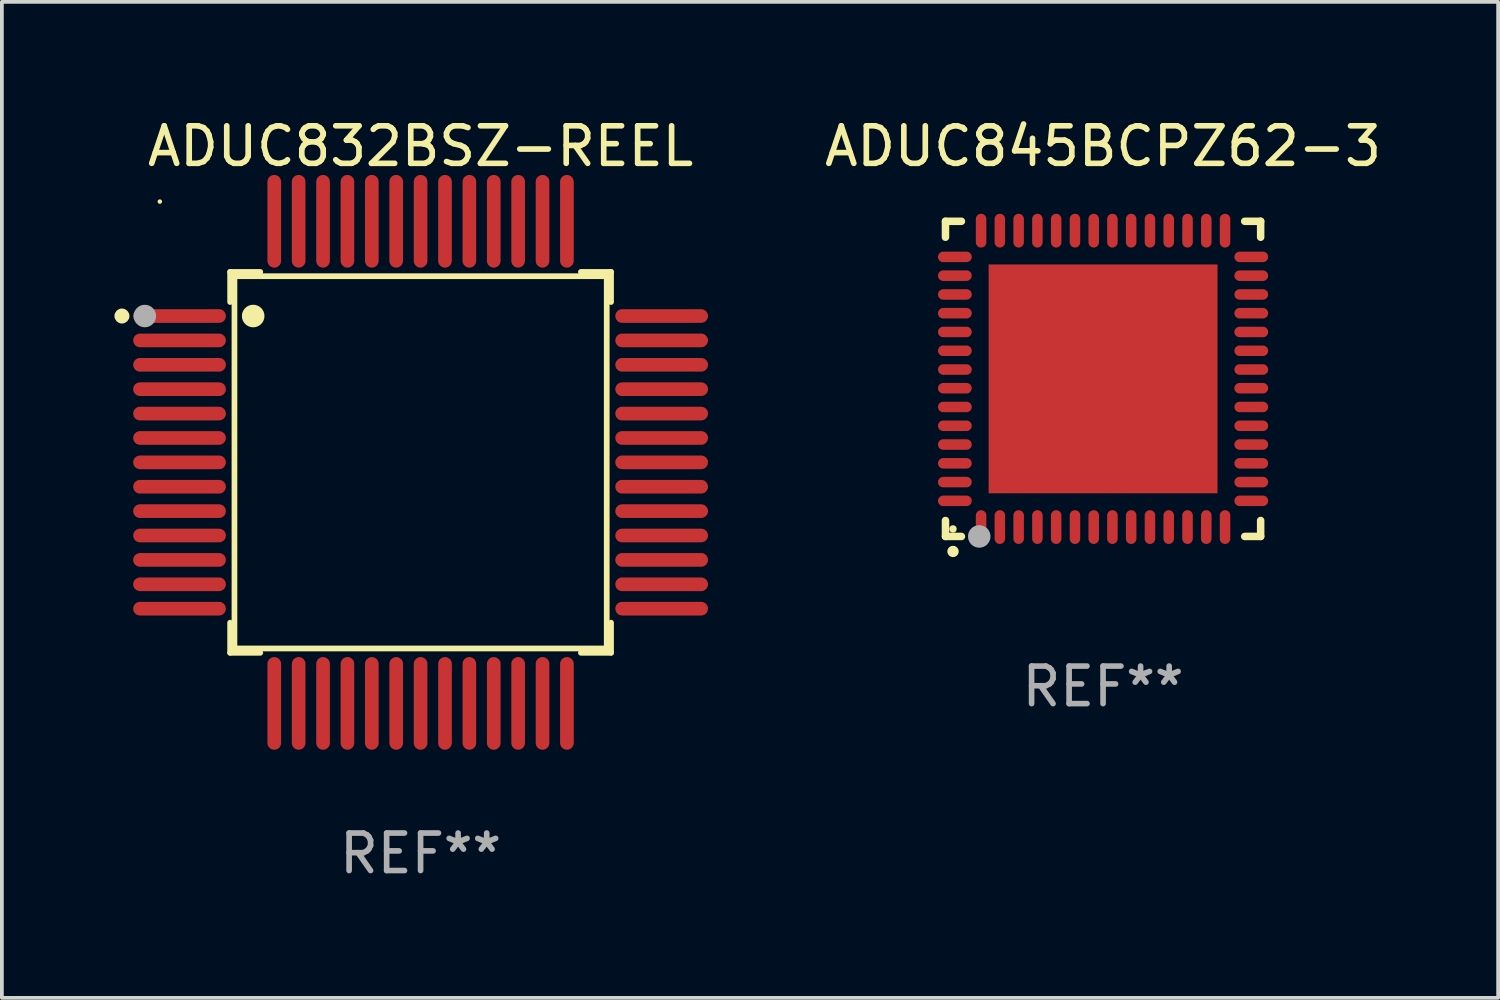
<source format=kicad_pcb>
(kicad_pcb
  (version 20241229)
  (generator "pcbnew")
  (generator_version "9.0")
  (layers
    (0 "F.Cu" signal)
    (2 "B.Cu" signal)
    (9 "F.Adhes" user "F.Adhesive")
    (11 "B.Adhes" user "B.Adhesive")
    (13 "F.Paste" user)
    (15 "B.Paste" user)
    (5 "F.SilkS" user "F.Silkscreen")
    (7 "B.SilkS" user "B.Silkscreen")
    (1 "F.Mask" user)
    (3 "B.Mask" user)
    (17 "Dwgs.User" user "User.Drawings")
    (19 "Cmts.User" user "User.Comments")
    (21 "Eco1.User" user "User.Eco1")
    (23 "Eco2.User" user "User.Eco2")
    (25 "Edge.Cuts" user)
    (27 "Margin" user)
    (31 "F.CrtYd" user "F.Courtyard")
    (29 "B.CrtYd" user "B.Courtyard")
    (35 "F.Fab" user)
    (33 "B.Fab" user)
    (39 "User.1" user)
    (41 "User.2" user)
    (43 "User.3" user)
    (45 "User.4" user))
  (footprint "ADUC832BSZ-REEL"
    (layer "F.Cu")
    (at 8.16 9.273)
    (property "Reference" "ADUC832BSZ-REEL" (at 0 -8.425 0) (layer "F.SilkS") (effects (font (size 1 1) (thickness 0.15))))
    (attr through_hole)
    (fp_line (start -5.076 -5.076) (end -5.076 -4.273) (stroke (width 0.152) (type solid)) (layer "F.SilkS"))
    (fp_line (start -5.076 5.076) (end -5.076 4.273) (stroke (width 0.152) (type solid)) (layer "F.SilkS"))
    (fp_line (start -4.961 -4.961) (end 4.961 -4.961) (stroke (width 0.152) (type solid)) (layer "F.SilkS"))
    (fp_line (start -4.961 4.961) (end -4.961 -4.961) (stroke (width 0.152) (type solid)) (layer "F.SilkS"))
    (fp_line (start -4.273 -5.076) (end -5.076 -5.076) (stroke (width 0.152) (type solid)) (layer "F.SilkS"))
    (fp_line (start -4.273 5.076) (end -5.076 5.076) (stroke (width 0.152) (type solid)) (layer "F.SilkS"))
    (fp_line (start 4.273 -5.076) (end 5.076 -5.076) (stroke (width 0.152) (type solid)) (layer "F.SilkS"))
    (fp_line (start 4.273 5.076) (end 5.076 5.076) (stroke (width 0.152) (type solid)) (layer "F.SilkS"))
    (fp_line (start 4.961 -4.961) (end 4.961 4.961) (stroke (width 0.152) (type solid)) (layer "F.SilkS"))
    (fp_line (start 4.961 4.961) (end -4.961 4.961) (stroke (width 0.152) (type solid)) (layer "F.SilkS"))
    (fp_line (start 5.076 -5.076) (end 5.076 -4.273) (stroke (width 0.152) (type solid)) (layer "F.SilkS"))
    (fp_line (start 5.076 5.076) (end 5.076 4.273) (stroke (width 0.152) (type solid)) (layer "F.SilkS"))
    (fp_circle (center -7.96 -3.9) (end -7.86 -3.9) (stroke (width 0.2) (type solid)) (fill no) (layer "F.SilkS"))
    (fp_circle (center -6.95 -6.95) (end -6.92 -6.95) (stroke (width 0.06) (type solid)) (fill no) (layer "F.SilkS"))
    (fp_circle (center -4.462 -3.9) (end -4.311 -3.9) (stroke (width 0.3) (type solid)) (fill no) (layer "F.SilkS"))
    (fp_circle (center -7.35 -3.9) (end -7.2 -3.9) (stroke (width 0.3) (type solid)) (fill no) (layer "F.Fab"))
    (fp_text user "REF**" (at 0 10.425 0) (layer "F.Fab") (effects (font (size 1 1) (thickness 0.15))))
    (pad "1" smd oval (at -6.425 -3.9 270) (size 0.364 2.47) (layers "F.Cu" "F.Mask" "F.Paste"))
    (pad "2" smd oval (at -6.425 -3.25 270) (size 0.364 2.47) (layers "F.Cu" "F.Mask" "F.Paste"))
    (pad "3" smd oval (at -6.425 -2.6 270) (size 0.364 2.47) (layers "F.Cu" "F.Mask" "F.Paste"))
    (pad "4" smd oval (at -6.425 -1.95 270) (size 0.364 2.47) (layers "F.Cu" "F.Mask" "F.Paste"))
    (pad "5" smd oval (at -6.425 -1.3 270) (size 0.364 2.47) (layers "F.Cu" "F.Mask" "F.Paste"))
    (pad "6" smd oval (at -6.425 -0.65 270) (size 0.364 2.47) (layers "F.Cu" "F.Mask" "F.Paste"))
    (pad "7" smd oval (at -6.425 0 270) (size 0.364 2.47) (layers "F.Cu" "F.Mask" "F.Paste"))
    (pad "8" smd oval (at -6.425 0.65 270) (size 0.364 2.47) (layers "F.Cu" "F.Mask" "F.Paste"))
    (pad "9" smd oval (at -6.425 1.3 270) (size 0.364 2.47) (layers "F.Cu" "F.Mask" "F.Paste"))
    (pad "10" smd oval (at -6.425 1.95 270) (size 0.364 2.47) (layers "F.Cu" "F.Mask" "F.Paste"))
    (pad "11" smd oval (at -6.425 2.6 270) (size 0.364 2.47) (layers "F.Cu" "F.Mask" "F.Paste"))
    (pad "12" smd oval (at -6.425 3.25 270) (size 0.364 2.47) (layers "F.Cu" "F.Mask" "F.Paste"))
    (pad "13" smd oval (at -6.425 3.9 270) (size 0.364 2.47) (layers "F.Cu" "F.Mask" "F.Paste"))
    (pad "14" smd oval (at -3.9 6.425 270) (size 2.47 0.364) (layers "F.Cu" "F.Mask" "F.Paste"))
    (pad "15" smd oval (at -3.25 6.425 270) (size 2.47 0.364) (layers "F.Cu" "F.Mask" "F.Paste"))
    (pad "16" smd oval (at -2.6 6.425 270) (size 2.47 0.364) (layers "F.Cu" "F.Mask" "F.Paste"))
    (pad "17" smd oval (at -1.95 6.425 270) (size 2.47 0.364) (layers "F.Cu" "F.Mask" "F.Paste"))
    (pad "18" smd oval (at -1.3 6.425 270) (size 2.47 0.364) (layers "F.Cu" "F.Mask" "F.Paste"))
    (pad "19" smd oval (at -0.65 6.425 270) (size 2.47 0.364) (layers "F.Cu" "F.Mask" "F.Paste"))
    (pad "20" smd oval (at 0 6.425 270) (size 2.47 0.364) (layers "F.Cu" "F.Mask" "F.Paste"))
    (pad "21" smd oval (at 0.65 6.425 270) (size 2.47 0.364) (layers "F.Cu" "F.Mask" "F.Paste"))
    (pad "22" smd oval (at 1.3 6.425 270) (size 2.47 0.364) (layers "F.Cu" "F.Mask" "F.Paste"))
    (pad "23" smd oval (at 1.95 6.425 270) (size 2.47 0.364) (layers "F.Cu" "F.Mask" "F.Paste"))
    (pad "24" smd oval (at 2.6 6.425 270) (size 2.47 0.364) (layers "F.Cu" "F.Mask" "F.Paste"))
    (pad "25" smd oval (at 3.25 6.425 270) (size 2.47 0.364) (layers "F.Cu" "F.Mask" "F.Paste"))
    (pad "26" smd oval (at 3.9 6.425 270) (size 2.47 0.364) (layers "F.Cu" "F.Mask" "F.Paste"))
    (pad "27" smd oval (at 6.425 3.9 270) (size 0.364 2.47) (layers "F.Cu" "F.Mask" "F.Paste"))
    (pad "28" smd oval (at 6.425 3.25 270) (size 0.364 2.47) (layers "F.Cu" "F.Mask" "F.Paste"))
    (pad "29" smd oval (at 6.425 2.6 270) (size 0.364 2.47) (layers "F.Cu" "F.Mask" "F.Paste"))
    (pad "30" smd oval (at 6.425 1.95 270) (size 0.364 2.47) (layers "F.Cu" "F.Mask" "F.Paste"))
    (pad "31" smd oval (at 6.425 1.3 270) (size 0.364 2.47) (layers "F.Cu" "F.Mask" "F.Paste"))
    (pad "32" smd oval (at 6.425 0.65 270) (size 0.364 2.47) (layers "F.Cu" "F.Mask" "F.Paste"))
    (pad "33" smd oval (at 6.425 0 270) (size 0.364 2.47) (layers "F.Cu" "F.Mask" "F.Paste"))
    (pad "34" smd oval (at 6.425 -0.65 270) (size 0.364 2.47) (layers "F.Cu" "F.Mask" "F.Paste"))
    (pad "35" smd oval (at 6.425 -1.3 270) (size 0.364 2.47) (layers "F.Cu" "F.Mask" "F.Paste"))
    (pad "36" smd oval (at 6.425 -1.95 270) (size 0.364 2.47) (layers "F.Cu" "F.Mask" "F.Paste"))
    (pad "37" smd oval (at 6.425 -2.6 270) (size 0.364 2.47) (layers "F.Cu" "F.Mask" "F.Paste"))
    (pad "38" smd oval (at 6.425 -3.25 270) (size 0.364 2.47) (layers "F.Cu" "F.Mask" "F.Paste"))
    (pad "39" smd oval (at 6.425 -3.9 270) (size 0.364 2.47) (layers "F.Cu" "F.Mask" "F.Paste"))
    (pad "40" smd oval (at 3.9 -6.425 270) (size 2.47 0.364) (layers "F.Cu" "F.Mask" "F.Paste"))
    (pad "41" smd oval (at 3.25 -6.425 270) (size 2.47 0.364) (layers "F.Cu" "F.Mask" "F.Paste"))
    (pad "42" smd oval (at 2.6 -6.425 270) (size 2.47 0.364) (layers "F.Cu" "F.Mask" "F.Paste"))
    (pad "43" smd oval (at 1.95 -6.425 270) (size 2.47 0.364) (layers "F.Cu" "F.Mask" "F.Paste"))
    (pad "44" smd oval (at 1.3 -6.425 270) (size 2.47 0.364) (layers "F.Cu" "F.Mask" "F.Paste"))
    (pad "45" smd oval (at 0.65 -6.425 270) (size 2.47 0.364) (layers "F.Cu" "F.Mask" "F.Paste"))
    (pad "46" smd oval (at 0 -6.425 270) (size 2.47 0.364) (layers "F.Cu" "F.Mask" "F.Paste"))
    (pad "47" smd oval (at -0.65 -6.425 270) (size 2.47 0.364) (layers "F.Cu" "F.Mask" "F.Paste"))
    (pad "48" smd oval (at -1.3 -6.425 270) (size 2.47 0.364) (layers "F.Cu" "F.Mask" "F.Paste"))
    (pad "49" smd oval (at -1.95 -6.425 270) (size 2.47 0.364) (layers "F.Cu" "F.Mask" "F.Paste"))
    (pad "50" smd oval (at -2.6 -6.425 270) (size 2.47 0.364) (layers "F.Cu" "F.Mask" "F.Paste"))
    (pad "51" smd oval (at -3.25 -6.425 270) (size 2.47 0.364) (layers "F.Cu" "F.Mask" "F.Paste"))
    (pad "52" smd oval (at -3.9 -6.425 270) (size 2.47 0.364) (layers "F.Cu" "F.Mask" "F.Paste")))
  (footprint "ADUC845BCPZ62-3"
    (layer "F.Cu")
    (at 26.35 7.048)
    (property "Reference" "ADUC845BCPZ62-3" (at 0 -6.2 0) (layer "F.SilkS") (effects (font (size 1 1) (thickness 0.15))))
    (attr through_hole)
    (fp_line (start -4.2 -4.2) (end -4.2 -3.775) (stroke (width 0.2) (type solid)) (layer "F.SilkS"))
    (fp_line (start -4.2 4.2) (end -4.2 3.775) (stroke (width 0.2) (type solid)) (layer "F.SilkS"))
    (fp_line (start -3.775 -4.2) (end -4.2 -4.2) (stroke (width 0.2) (type solid)) (layer "F.SilkS"))
    (fp_line (start -3.775 4.2) (end -4.2 4.2) (stroke (width 0.2) (type solid)) (layer "F.SilkS"))
    (fp_line (start 3.775 4.2) (end 4.2 4.2) (stroke (width 0.2) (type solid)) (layer "F.SilkS"))
    (fp_line (start 4.2 -4.2) (end 3.775 -4.2) (stroke (width 0.2) (type solid)) (layer "F.SilkS"))
    (fp_line (start 4.2 -3.775) (end 4.2 -4.2) (stroke (width 0.2) (type solid)) (layer "F.SilkS"))
    (fp_line (start 4.2 4.2) (end 4.2 3.775) (stroke (width 0.2) (type solid)) (layer "F.SilkS"))
    (fp_arc (start -4.000508 4.599949) (mid -3.999238 4.599944) (end -3.997968 4.599949) (stroke (width 0.3) (type solid)) (layer "F.SilkS"))
    (fp_circle (center -4 4) (end -3.95 4) (stroke (width 0.1) (type solid)) (fill no) (layer "F.SilkS"))
    (fp_circle (center -3.3 4.2) (end -3.15 4.2) (stroke (width 0.3) (type solid)) (fill no) (layer "F.Fab"))
    (fp_text user "REF**" (at 0 8.2 0) (layer "F.Fab") (effects (font (size 1 1) (thickness 0.15))))
    (pad "1" smd oval (at -3.251 3.95 180) (size 0.28 0.9) (layers "F.Cu" "F.Mask" "F.Paste"))
    (pad "2" smd oval (at -2.751 3.95 180) (size 0.28 0.9) (layers "F.Cu" "F.Mask" "F.Paste"))
    (pad "3" smd oval (at -2.25 3.95 180) (size 0.28 0.9) (layers "F.Cu" "F.Mask" "F.Paste"))
    (pad "4" smd oval (at -1.75 3.95 180) (size 0.28 0.9) (layers "F.Cu" "F.Mask" "F.Paste"))
    (pad "5" smd oval (at -1.25 3.95 180) (size 0.28 0.9) (layers "F.Cu" "F.Mask" "F.Paste"))
    (pad "6" smd oval (at -0.749 3.95 180) (size 0.28 0.9) (layers "F.Cu" "F.Mask" "F.Paste"))
    (pad "7" smd oval (at -0.249 3.95 180) (size 0.28 0.9) (layers "F.Cu" "F.Mask" "F.Paste"))
    (pad "8" smd oval (at 0.249 3.95 180) (size 0.28 0.9) (layers "F.Cu" "F.Mask" "F.Paste"))
    (pad "9" smd oval (at 0.749 3.95 180) (size 0.28 0.9) (layers "F.Cu" "F.Mask" "F.Paste"))
    (pad "10" smd oval (at 1.25 3.95 180) (size 0.28 0.9) (layers "F.Cu" "F.Mask" "F.Paste"))
    (pad "11" smd oval (at 1.75 3.95 180) (size 0.28 0.9) (layers "F.Cu" "F.Mask" "F.Paste"))
    (pad "12" smd oval (at 2.251 3.95 180) (size 0.28 0.9) (layers "F.Cu" "F.Mask" "F.Paste"))
    (pad "13" smd oval (at 2.751 3.95 180) (size 0.28 0.9) (layers "F.Cu" "F.Mask" "F.Paste"))
    (pad "14" smd oval (at 3.251 3.95 180) (size 0.28 0.9) (layers "F.Cu" "F.Mask" "F.Paste"))
    (pad "15" smd oval (at 3.95 3.251 90) (size 0.28 0.9) (layers "F.Cu" "F.Mask" "F.Paste"))
    (pad "16" smd oval (at 3.95 2.751 90) (size 0.28 0.9) (layers "F.Cu" "F.Mask" "F.Paste"))
    (pad "17" smd oval (at 3.95 2.251 90) (size 0.28 0.9) (layers "F.Cu" "F.Mask" "F.Paste"))
    (pad "18" smd oval (at 3.95 1.75 90) (size 0.28 0.9) (layers "F.Cu" "F.Mask" "F.Paste"))
    (pad "19" smd oval (at 3.95 1.25 90) (size 0.28 0.9) (layers "F.Cu" "F.Mask" "F.Paste"))
    (pad "20" smd oval (at 3.95 0.749 90) (size 0.28 0.9) (layers "F.Cu" "F.Mask" "F.Paste"))
    (pad "21" smd oval (at 3.95 0.249 90) (size 0.28 0.9) (layers "F.Cu" "F.Mask" "F.Paste"))
    (pad "22" smd oval (at 3.95 -0.249 90) (size 0.28 0.9) (layers "F.Cu" "F.Mask" "F.Paste"))
    (pad "23" smd oval (at 3.95 -0.749 90) (size 0.28 0.9) (layers "F.Cu" "F.Mask" "F.Paste"))
    (pad "24" smd oval (at 3.95 -1.25 90) (size 0.28 0.9) (layers "F.Cu" "F.Mask" "F.Paste"))
    (pad "25" smd oval (at 3.95 -1.75 90) (size 0.28 0.9) (layers "F.Cu" "F.Mask" "F.Paste"))
    (pad "26" smd oval (at 3.95 -2.25 90) (size 0.28 0.9) (layers "F.Cu" "F.Mask" "F.Paste"))
    (pad "27" smd oval (at 3.95 -2.751 90) (size 0.28 0.9) (layers "F.Cu" "F.Mask" "F.Paste"))
    (pad "28" smd oval (at 3.95 -3.251 90) (size 0.28 0.9) (layers "F.Cu" "F.Mask" "F.Paste"))
    (pad "29" smd oval (at 3.251 -3.95 180) (size 0.28 0.9) (layers "F.Cu" "F.Mask" "F.Paste"))
    (pad "30" smd oval (at 2.751 -3.95 180) (size 0.28 0.9) (layers "F.Cu" "F.Mask" "F.Paste"))
    (pad "31" smd oval (at 2.251 -3.95 180) (size 0.28 0.9) (layers "F.Cu" "F.Mask" "F.Paste"))
    (pad "32" smd oval (at 1.75 -3.95 180) (size 0.28 0.9) (layers "F.Cu" "F.Mask" "F.Paste"))
    (pad "33" smd oval (at 1.25 -3.95 180) (size 0.28 0.9) (layers "F.Cu" "F.Mask" "F.Paste"))
    (pad "34" smd oval (at 0.749 -3.95 180) (size 0.28 0.9) (layers "F.Cu" "F.Mask" "F.Paste"))
    (pad "35" smd oval (at 0.249 -3.95 180) (size 0.28 0.9) (layers "F.Cu" "F.Mask" "F.Paste"))
    (pad "36" smd oval (at -0.249 -3.95 180) (size 0.28 0.9) (layers "F.Cu" "F.Mask" "F.Paste"))
    (pad "37" smd oval (at -0.749 -3.95 180) (size 0.28 0.9) (layers "F.Cu" "F.Mask" "F.Paste"))
    (pad "38" smd oval (at -1.25 -3.95 180) (size 0.28 0.9) (layers "F.Cu" "F.Mask" "F.Paste"))
    (pad "39" smd oval (at -1.75 -3.95 180) (size 0.28 0.9) (layers "F.Cu" "F.Mask" "F.Paste"))
    (pad "40" smd oval (at -2.25 -3.95 180) (size 0.28 0.9) (layers "F.Cu" "F.Mask" "F.Paste"))
    (pad "41" smd oval (at -2.751 -3.95 180) (size 0.28 0.9) (layers "F.Cu" "F.Mask" "F.Paste"))
    (pad "42" smd oval (at -3.251 -3.95 180) (size 0.28 0.9) (layers "F.Cu" "F.Mask" "F.Paste"))
    (pad "43" smd oval (at -3.95 -3.251 90) (size 0.28 0.9) (layers "F.Cu" "F.Mask" "F.Paste"))
    (pad "44" smd oval (at -3.95 -2.751 90) (size 0.28 0.9) (layers "F.Cu" "F.Mask" "F.Paste"))
    (pad "45" smd oval (at -3.95 -2.25 90) (size 0.28 0.9) (layers "F.Cu" "F.Mask" "F.Paste"))
    (pad "46" smd oval (at -3.95 -1.75 90) (size 0.28 0.9) (layers "F.Cu" "F.Mask" "F.Paste"))
    (pad "47" smd oval (at -3.95 -1.25 90) (size 0.28 0.9) (layers "F.Cu" "F.Mask" "F.Paste"))
    (pad "48" smd oval (at -3.95 -0.749 90) (size 0.28 0.9) (layers "F.Cu" "F.Mask" "F.Paste"))
    (pad "49" smd oval (at -3.95 -0.249 90) (size 0.28 0.9) (layers "F.Cu" "F.Mask" "F.Paste"))
    (pad "50" smd oval (at -3.95 0.249 90) (size 0.28 0.9) (layers "F.Cu" "F.Mask" "F.Paste"))
    (pad "51" smd oval (at -3.95 0.749 90) (size 0.28 0.9) (layers "F.Cu" "F.Mask" "F.Paste"))
    (pad "52" smd oval (at -3.95 1.25 90) (size 0.28 0.9) (layers "F.Cu" "F.Mask" "F.Paste"))
    (pad "53" smd oval (at -3.95 1.75 90) (size 0.28 0.9) (layers "F.Cu" "F.Mask" "F.Paste"))
    (pad "54" smd oval (at -3.95 2.251 90) (size 0.28 0.9) (layers "F.Cu" "F.Mask" "F.Paste"))
    (pad "55" smd oval (at -3.95 2.751 90) (size 0.28 0.9) (layers "F.Cu" "F.Mask" "F.Paste"))
    (pad "56" smd oval (at -3.95 3.251 90) (size 0.28 0.9) (layers "F.Cu" "F.Mask" "F.Paste"))
    (pad "57" smd rect (at 0.000076 0.000076 90) (size 6.1 6.1) (layers "F.Cu" "F.Mask" "F.Paste")))
  (gr_rect
    (start -3 -3)
    (end 36.88 23.546)
    (stroke (width 0.1) (type default))
    (fill no)
    (layer "Edge.Cuts")))
</source>
